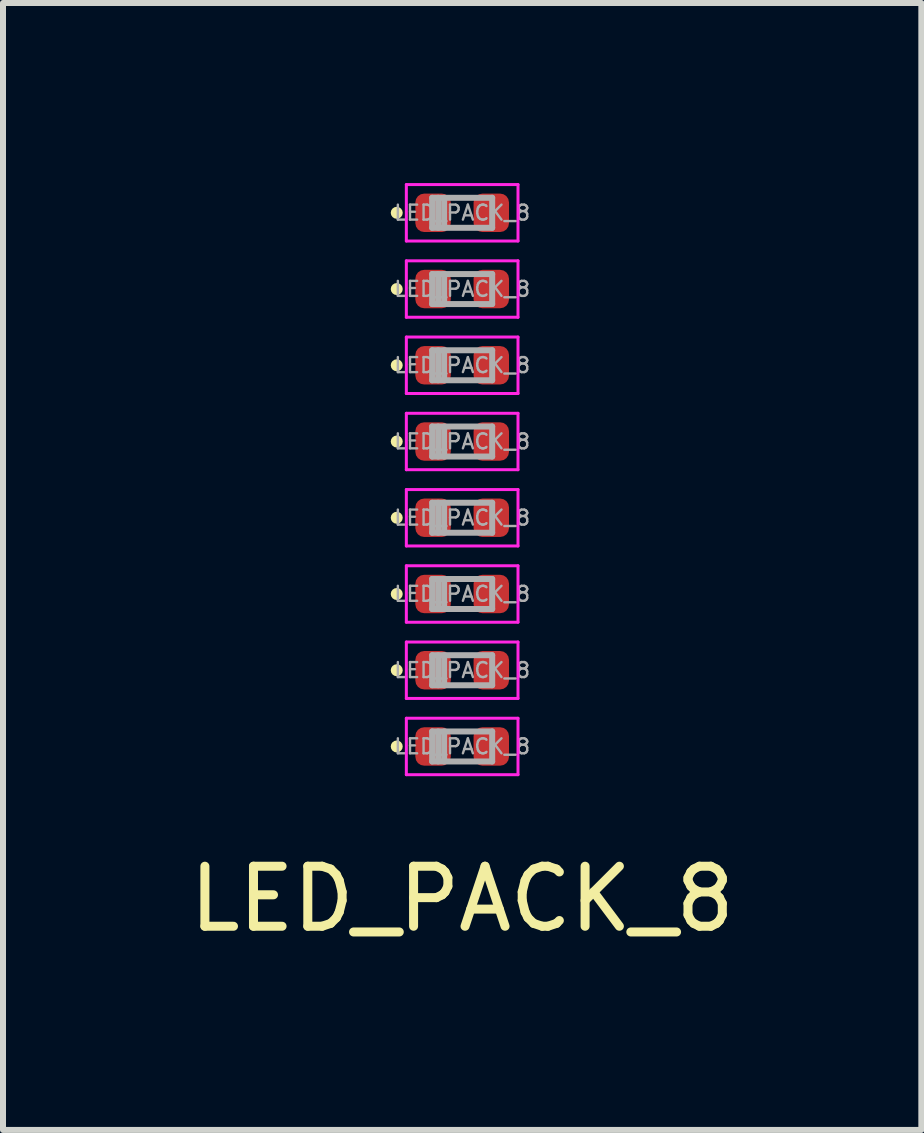
<source format=kicad_pcb>
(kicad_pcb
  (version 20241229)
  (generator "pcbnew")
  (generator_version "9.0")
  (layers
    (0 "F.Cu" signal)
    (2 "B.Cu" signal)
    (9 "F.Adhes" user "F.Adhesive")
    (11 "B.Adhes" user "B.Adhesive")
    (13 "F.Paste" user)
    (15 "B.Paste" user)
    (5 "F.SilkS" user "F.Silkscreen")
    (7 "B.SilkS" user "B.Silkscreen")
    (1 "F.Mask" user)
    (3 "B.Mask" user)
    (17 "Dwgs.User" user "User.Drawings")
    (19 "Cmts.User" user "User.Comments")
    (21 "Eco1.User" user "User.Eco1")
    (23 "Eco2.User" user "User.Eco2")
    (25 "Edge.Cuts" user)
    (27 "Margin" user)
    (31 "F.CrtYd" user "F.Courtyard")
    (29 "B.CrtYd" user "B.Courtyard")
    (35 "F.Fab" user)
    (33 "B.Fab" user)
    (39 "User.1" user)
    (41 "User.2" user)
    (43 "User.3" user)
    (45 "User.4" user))
  (footprint "LED_PACK_8"
    (layer "F.Cu")
    (at 4.649 0.495)
    (property "Reference" "LED_PACK_8" (at 0 11.43 0) (layer "F.SilkS") (effects (font (size 1 1) (thickness 0.15))))
    (attr through_hole)
    (fp_circle (center -1.09 0) (end -1.04 0) (stroke (width 0.1) (type solid)) (fill no) (layer "F.SilkS"))
    (fp_circle (center -1.09 1.27) (end -1.04 1.27) (stroke (width 0.1) (type solid)) (fill no) (layer "F.SilkS"))
    (fp_circle (center -1.09 2.54) (end -1.04 2.54) (stroke (width 0.1) (type solid)) (fill no) (layer "F.SilkS"))
    (fp_circle (center -1.09 3.81) (end -1.04 3.81) (stroke (width 0.1) (type solid)) (fill no) (layer "F.SilkS"))
    (fp_circle (center -1.09 5.08) (end -1.04 5.08) (stroke (width 0.1) (type solid)) (fill no) (layer "F.SilkS"))
    (fp_circle (center -1.09 6.35) (end -1.04 6.35) (stroke (width 0.1) (type solid)) (fill no) (layer "F.SilkS"))
    (fp_circle (center -1.09 7.62) (end -1.04 7.62) (stroke (width 0.1) (type solid)) (fill no) (layer "F.SilkS"))
    (fp_circle (center -1.09 8.89) (end -1.04 8.89) (stroke (width 0.1) (type solid)) (fill no) (layer "F.SilkS"))
    (fp_line (start -0.93 -0.47) (end 0.93 -0.47) (stroke (width 0.05) (type solid)) (layer "F.CrtYd"))
    (fp_line (start -0.93 0.47) (end -0.93 -0.47) (stroke (width 0.05) (type solid)) (layer "F.CrtYd"))
    (fp_line (start -0.93 0.8) (end 0.93 0.8) (stroke (width 0.05) (type solid)) (layer "F.CrtYd"))
    (fp_line (start -0.93 1.74) (end -0.93 0.8) (stroke (width 0.05) (type solid)) (layer "F.CrtYd"))
    (fp_line (start -0.93 2.07) (end 0.93 2.07) (stroke (width 0.05) (type solid)) (layer "F.CrtYd"))
    (fp_line (start -0.93 3.01) (end -0.93 2.07) (stroke (width 0.05) (type solid)) (layer "F.CrtYd"))
    (fp_line (start -0.93 3.34) (end 0.93 3.34) (stroke (width 0.05) (type solid)) (layer "F.CrtYd"))
    (fp_line (start -0.93 4.28) (end -0.93 3.34) (stroke (width 0.05) (type solid)) (layer "F.CrtYd"))
    (fp_line (start -0.93 4.61) (end 0.93 4.61) (stroke (width 0.05) (type solid)) (layer "F.CrtYd"))
    (fp_line (start -0.93 5.55) (end -0.93 4.61) (stroke (width 0.05) (type solid)) (layer "F.CrtYd"))
    (fp_line (start -0.93 5.88) (end 0.93 5.88) (stroke (width 0.05) (type solid)) (layer "F.CrtYd"))
    (fp_line (start -0.93 6.82) (end -0.93 5.88) (stroke (width 0.05) (type solid)) (layer "F.CrtYd"))
    (fp_line (start -0.93 7.15) (end 0.93 7.15) (stroke (width 0.05) (type solid)) (layer "F.CrtYd"))
    (fp_line (start -0.93 8.09) (end -0.93 7.15) (stroke (width 0.05) (type solid)) (layer "F.CrtYd"))
    (fp_line (start -0.93 8.42) (end 0.93 8.42) (stroke (width 0.05) (type solid)) (layer "F.CrtYd"))
    (fp_line (start -0.93 9.36) (end -0.93 8.42) (stroke (width 0.05) (type solid)) (layer "F.CrtYd"))
    (fp_line (start 0.93 -0.47) (end 0.93 0.47) (stroke (width 0.05) (type solid)) (layer "F.CrtYd"))
    (fp_line (start 0.93 0.47) (end -0.93 0.47) (stroke (width 0.05) (type solid)) (layer "F.CrtYd"))
    (fp_line (start 0.93 0.8) (end 0.93 1.74) (stroke (width 0.05) (type solid)) (layer "F.CrtYd"))
    (fp_line (start 0.93 1.74) (end -0.93 1.74) (stroke (width 0.05) (type solid)) (layer "F.CrtYd"))
    (fp_line (start 0.93 2.07) (end 0.93 3.01) (stroke (width 0.05) (type solid)) (layer "F.CrtYd"))
    (fp_line (start 0.93 3.01) (end -0.93 3.01) (stroke (width 0.05) (type solid)) (layer "F.CrtYd"))
    (fp_line (start 0.93 3.34) (end 0.93 4.28) (stroke (width 0.05) (type solid)) (layer "F.CrtYd"))
    (fp_line (start 0.93 4.28) (end -0.93 4.28) (stroke (width 0.05) (type solid)) (layer "F.CrtYd"))
    (fp_line (start 0.93 4.61) (end 0.93 5.55) (stroke (width 0.05) (type solid)) (layer "F.CrtYd"))
    (fp_line (start 0.93 5.55) (end -0.93 5.55) (stroke (width 0.05) (type solid)) (layer "F.CrtYd"))
    (fp_line (start 0.93 5.88) (end 0.93 6.82) (stroke (width 0.05) (type solid)) (layer "F.CrtYd"))
    (fp_line (start 0.93 6.82) (end -0.93 6.82) (stroke (width 0.05) (type solid)) (layer "F.CrtYd"))
    (fp_line (start 0.93 7.15) (end 0.93 8.09) (stroke (width 0.05) (type solid)) (layer "F.CrtYd"))
    (fp_line (start 0.93 8.09) (end -0.93 8.09) (stroke (width 0.05) (type solid)) (layer "F.CrtYd"))
    (fp_line (start 0.93 8.42) (end 0.93 9.36) (stroke (width 0.05) (type solid)) (layer "F.CrtYd"))
    (fp_line (start 0.93 9.36) (end -0.93 9.36) (stroke (width 0.05) (type solid)) (layer "F.CrtYd"))
    (fp_line (start -0.5 -0.25) (end 0.5 -0.25) (stroke (width 0.1) (type solid)) (layer "F.Fab"))
    (fp_line (start -0.5 0.25) (end -0.5 -0.25) (stroke (width 0.1) (type solid)) (layer "F.Fab"))
    (fp_line (start -0.5 1.02) (end 0.5 1.02) (stroke (width 0.1) (type solid)) (layer "F.Fab"))
    (fp_line (start -0.5 1.52) (end -0.5 1.02) (stroke (width 0.1) (type solid)) (layer "F.Fab"))
    (fp_line (start -0.5 2.29) (end 0.5 2.29) (stroke (width 0.1) (type solid)) (layer "F.Fab"))
    (fp_line (start -0.5 2.79) (end -0.5 2.29) (stroke (width 0.1) (type solid)) (layer "F.Fab"))
    (fp_line (start -0.5 3.56) (end 0.5 3.56) (stroke (width 0.1) (type solid)) (layer "F.Fab"))
    (fp_line (start -0.5 4.06) (end -0.5 3.56) (stroke (width 0.1) (type solid)) (layer "F.Fab"))
    (fp_line (start -0.5 4.83) (end 0.5 4.83) (stroke (width 0.1) (type solid)) (layer "F.Fab"))
    (fp_line (start -0.5 5.33) (end -0.5 4.83) (stroke (width 0.1) (type solid)) (layer "F.Fab"))
    (fp_line (start -0.5 6.1) (end 0.5 6.1) (stroke (width 0.1) (type solid)) (layer "F.Fab"))
    (fp_line (start -0.5 6.6) (end -0.5 6.1) (stroke (width 0.1) (type solid)) (layer "F.Fab"))
    (fp_line (start -0.5 7.37) (end 0.5 7.37) (stroke (width 0.1) (type solid)) (layer "F.Fab"))
    (fp_line (start -0.5 7.87) (end -0.5 7.37) (stroke (width 0.1) (type solid)) (layer "F.Fab"))
    (fp_line (start -0.5 8.64) (end 0.5 8.64) (stroke (width 0.1) (type solid)) (layer "F.Fab"))
    (fp_line (start -0.5 9.14) (end -0.5 8.64) (stroke (width 0.1) (type solid)) (layer "F.Fab"))
    (fp_line (start -0.4 0.25) (end -0.4 -0.25) (stroke (width 0.1) (type solid)) (layer "F.Fab"))
    (fp_line (start -0.4 1.52) (end -0.4 1.02) (stroke (width 0.1) (type solid)) (layer "F.Fab"))
    (fp_line (start -0.4 2.79) (end -0.4 2.29) (stroke (width 0.1) (type solid)) (layer "F.Fab"))
    (fp_line (start -0.4 4.06) (end -0.4 3.56) (stroke (width 0.1) (type solid)) (layer "F.Fab"))
    (fp_line (start -0.4 5.33) (end -0.4 4.83) (stroke (width 0.1) (type solid)) (layer "F.Fab"))
    (fp_line (start -0.4 6.6) (end -0.4 6.1) (stroke (width 0.1) (type solid)) (layer "F.Fab"))
    (fp_line (start -0.4 7.87) (end -0.4 7.37) (stroke (width 0.1) (type solid)) (layer "F.Fab"))
    (fp_line (start -0.4 9.14) (end -0.4 8.64) (stroke (width 0.1) (type solid)) (layer "F.Fab"))
    (fp_line (start -0.3 0.25) (end -0.3 -0.25) (stroke (width 0.1) (type solid)) (layer "F.Fab"))
    (fp_line (start -0.3 1.52) (end -0.3 1.02) (stroke (width 0.1) (type solid)) (layer "F.Fab"))
    (fp_line (start -0.3 2.79) (end -0.3 2.29) (stroke (width 0.1) (type solid)) (layer "F.Fab"))
    (fp_line (start -0.3 4.06) (end -0.3 3.56) (stroke (width 0.1) (type solid)) (layer "F.Fab"))
    (fp_line (start -0.3 5.33) (end -0.3 4.83) (stroke (width 0.1) (type solid)) (layer "F.Fab"))
    (fp_line (start -0.3 6.6) (end -0.3 6.1) (stroke (width 0.1) (type solid)) (layer "F.Fab"))
    (fp_line (start -0.3 7.87) (end -0.3 7.37) (stroke (width 0.1) (type solid)) (layer "F.Fab"))
    (fp_line (start -0.3 9.14) (end -0.3 8.64) (stroke (width 0.1) (type solid)) (layer "F.Fab"))
    (fp_line (start 0.5 -0.25) (end 0.5 0.25) (stroke (width 0.1) (type solid)) (layer "F.Fab"))
    (fp_line (start 0.5 0.25) (end -0.5 0.25) (stroke (width 0.1) (type solid)) (layer "F.Fab"))
    (fp_line (start 0.5 1.02) (end 0.5 1.52) (stroke (width 0.1) (type solid)) (layer "F.Fab"))
    (fp_line (start 0.5 1.52) (end -0.5 1.52) (stroke (width 0.1) (type solid)) (layer "F.Fab"))
    (fp_line (start 0.5 2.29) (end 0.5 2.79) (stroke (width 0.1) (type solid)) (layer "F.Fab"))
    (fp_line (start 0.5 2.79) (end -0.5 2.79) (stroke (width 0.1) (type solid)) (layer "F.Fab"))
    (fp_line (start 0.5 3.56) (end 0.5 4.06) (stroke (width 0.1) (type solid)) (layer "F.Fab"))
    (fp_line (start 0.5 4.06) (end -0.5 4.06) (stroke (width 0.1) (type solid)) (layer "F.Fab"))
    (fp_line (start 0.5 4.83) (end 0.5 5.33) (stroke (width 0.1) (type solid)) (layer "F.Fab"))
    (fp_line (start 0.5 5.33) (end -0.5 5.33) (stroke (width 0.1) (type solid)) (layer "F.Fab"))
    (fp_line (start 0.5 6.1) (end 0.5 6.6) (stroke (width 0.1) (type solid)) (layer "F.Fab"))
    (fp_line (start 0.5 6.6) (end -0.5 6.6) (stroke (width 0.1) (type solid)) (layer "F.Fab"))
    (fp_line (start 0.5 7.37) (end 0.5 7.87) (stroke (width 0.1) (type solid)) (layer "F.Fab"))
    (fp_line (start 0.5 7.87) (end -0.5 7.87) (stroke (width 0.1) (type solid)) (layer "F.Fab"))
    (fp_line (start 0.5 8.64) (end 0.5 9.14) (stroke (width 0.1) (type solid)) (layer "F.Fab"))
    (fp_line (start 0.5 9.14) (end -0.5 9.14) (stroke (width 0.1) (type solid)) (layer "F.Fab"))
    (fp_text user "${REFERENCE}" (at 0 2.54 0) (layer "F.Fab") (effects (font (size 0.25 0.25) (thickness 0.04))))
    (fp_text user "${REFERENCE}" (at 0 1.27 0) (layer "F.Fab") (effects (font (size 0.25 0.25) (thickness 0.04))))
    (fp_text user "${REFERENCE}" (at 0 8.89 0) (layer "F.Fab") (effects (font (size 0.25 0.25) (thickness 0.04))))
    (fp_text user "${REFERENCE}" (at 0 6.35 0) (layer "F.Fab") (effects (font (size 0.25 0.25) (thickness 0.04))))
    (fp_text user "${REFERENCE}" (at 0 7.62 0) (layer "F.Fab") (effects (font (size 0.25 0.25) (thickness 0.04))))
    (fp_text user "${REFERENCE}" (at 0 3.81 0) (layer "F.Fab") (effects (font (size 0.25 0.25) (thickness 0.04))))
    (fp_text user "${REFERENCE}" (at 0 5.08 0) (layer "F.Fab") (effects (font (size 0.25 0.25) (thickness 0.04))))
    (fp_text user "${REFERENCE}" (at 0 0 0) (layer "F.Fab") (effects (font (size 0.25 0.25) (thickness 0.04))))
    (pad "1" smd roundrect (at -0.485 0) (size 0.59 0.64) (layers "F.Cu" "F.Mask" "F.Paste") (roundrect_rratio 0.25))
    (pad "2" smd roundrect (at -0.485 1.27) (size 0.59 0.64) (layers "F.Cu" "F.Mask" "F.Paste") (roundrect_rratio 0.25))
    (pad "3" smd roundrect (at -0.485 2.54) (size 0.59 0.64) (layers "F.Cu" "F.Mask" "F.Paste") (roundrect_rratio 0.25))
    (pad "4" smd roundrect (at -0.485 3.81) (size 0.59 0.64) (layers "F.Cu" "F.Mask" "F.Paste") (roundrect_rratio 0.25))
    (pad "5" smd roundrect (at -0.485 5.08) (size 0.59 0.64) (layers "F.Cu" "F.Mask" "F.Paste") (roundrect_rratio 0.25))
    (pad "6" smd roundrect (at -0.485 6.35) (size 0.59 0.64) (layers "F.Cu" "F.Mask" "F.Paste") (roundrect_rratio 0.25))
    (pad "7" smd roundrect (at -0.485 7.62) (size 0.59 0.64) (layers "F.Cu" "F.Mask" "F.Paste") (roundrect_rratio 0.25))
    (pad "8" smd roundrect (at -0.485 8.89) (size 0.59 0.64) (layers "F.Cu" "F.Mask" "F.Paste") (roundrect_rratio 0.25))
    (pad "9" smd roundrect (at 0.485 8.89) (size 0.59 0.64) (layers "F.Cu" "F.Mask" "F.Paste") (roundrect_rratio 0.25))
    (pad "10" smd roundrect (at 0.485 7.62) (size 0.59 0.64) (layers "F.Cu" "F.Mask" "F.Paste") (roundrect_rratio 0.25))
    (pad "11" smd roundrect (at 0.485 6.35) (size 0.59 0.64) (layers "F.Cu" "F.Mask" "F.Paste") (roundrect_rratio 0.25))
    (pad "12" smd roundrect (at 0.485 5.08) (size 0.59 0.64) (layers "F.Cu" "F.Mask" "F.Paste") (roundrect_rratio 0.25))
    (pad "13" smd roundrect (at 0.485 3.81) (size 0.59 0.64) (layers "F.Cu" "F.Mask" "F.Paste") (roundrect_rratio 0.25))
    (pad "14" smd roundrect (at 0.485 2.54) (size 0.59 0.64) (layers "F.Cu" "F.Mask" "F.Paste") (roundrect_rratio 0.25))
    (pad "15" smd roundrect (at 0.485 1.27) (size 0.59 0.64) (layers "F.Cu" "F.Mask" "F.Paste") (roundrect_rratio 0.25))
    (pad "16" smd roundrect (at 0.485 0) (size 0.59 0.64) (layers "F.Cu" "F.Mask" "F.Paste") (roundrect_rratio 0.25)))
  (gr_rect
    (start -3 -3)
    (end 12.298 15.773)
    (stroke (width 0.1) (type default))
    (fill no)
    (layer "Edge.Cuts")))
</source>
